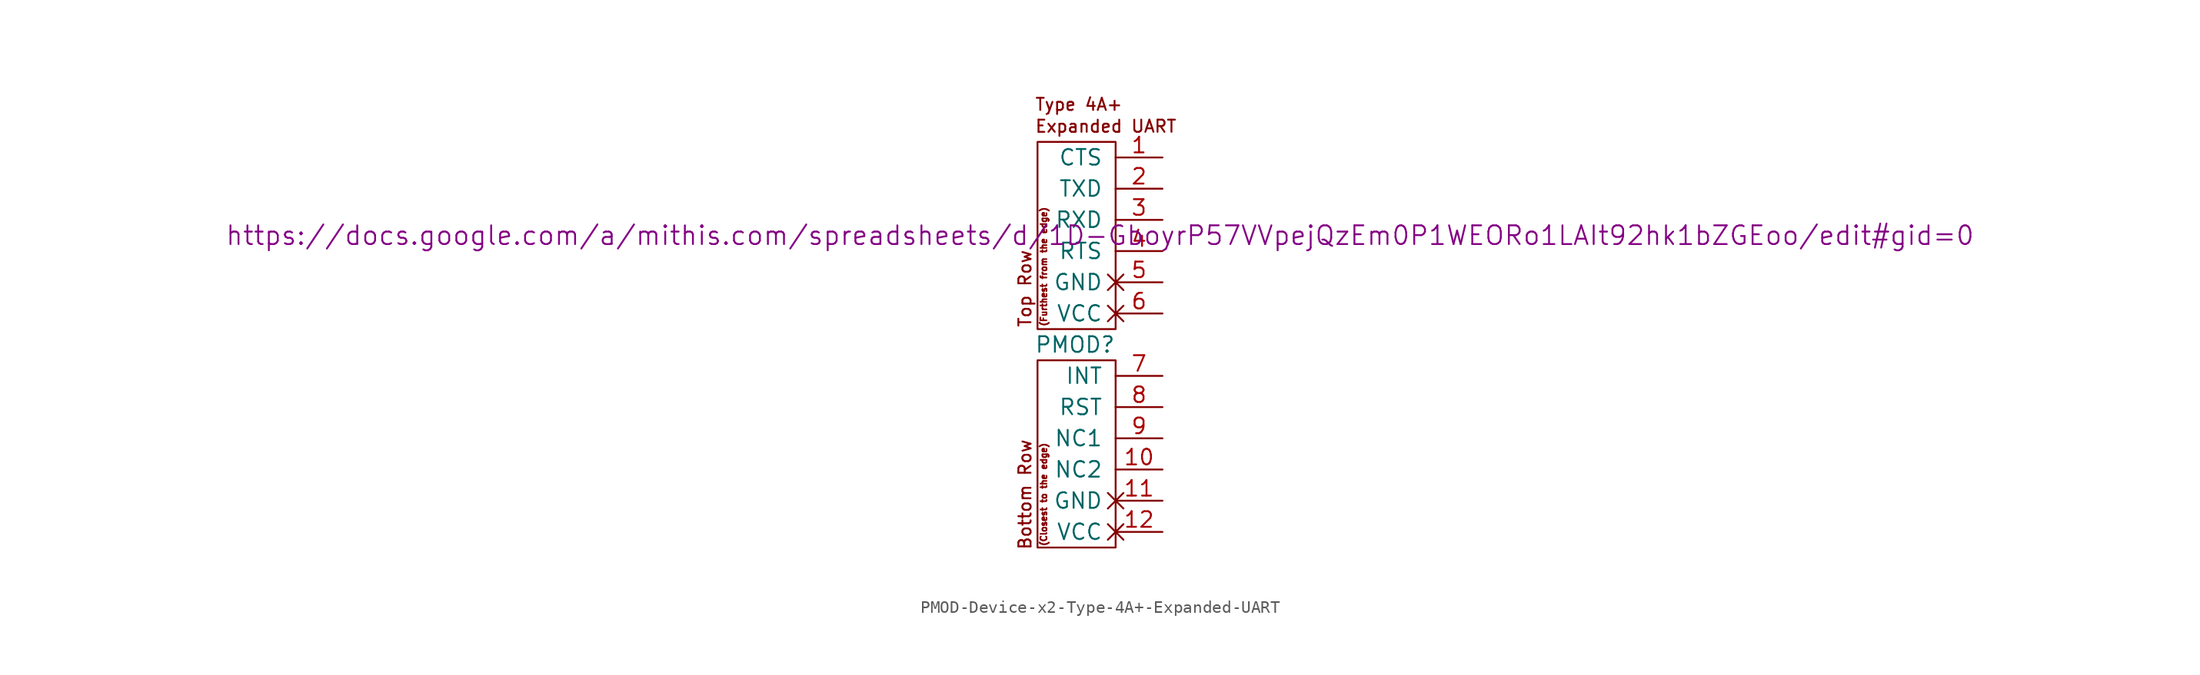
<source format=kicad_sym>
(kicad_symbol_lib
  (version 20211014)
  (generator kicad_symbol_editor)
  (symbol "PMOD-Device-x2-Type-4A+-Expanded-UART"
    (pin_names
      (offset 1.016))
    (property "Reference" "PMOD"
      (at -3.302 -1.27 0)
      (effects (font (size 1.27 1.27))))
    (property "Datasheet" "https://docs.google.com/a/mithis.com/spreadsheets/d/1D-GboyrP57VVpejQzEm0P1WEORo1LAIt92hk1bZGEoo/edit#gid=0"
      (at -1.27 7.62 0)
      (effects (font (size 1.524 1.524))))
    (symbol "PMOD-Device-x2-Type-4A+-Expanded-UART_0_0"
      (text "(Closest to the edge)" (at -5.842 -13.462 900) (effects (font (size 0.508 0.508))))
      (text "(Furthest from the edge)" (at -5.842 5.08 900) (effects (font (size 0.508 0.508))))
      (text "Bottom Row" (at -7.366 -13.462 900) (effects (font (size 0.991 0.991))))
      (text "Expanded UART" (at -6.604 16.51 0) (effects (font (size 0.991 0.991)) (justify left)))
      (text "Top Row" (at -7.366 3.302 900) (effects (font (size 0.991 0.991))))
      (text "Type 4A+" (at -6.604 18.288 0) (effects (font (size 0.991 0.991)) (justify left))))
    (symbol "PMOD-Device-x2-Type-4A+-Expanded-UART_0_1"
      (rectangle (start -6.35 -2.54) (end 0 -17.78) (stroke (width 0) (type default) (color 0 0 0 0)) (fill (type none)))
      (rectangle (start 0 15.24) (end -6.35 0) (stroke (width 0) (type default) (color 0 0 0 0)) (fill (type none))))
    (symbol "PMOD-Device-x2-Type-4A+-Expanded-UART_1_1"
      (pin input line (at 3.81 13.97 180) (length 3.81) (name "CTS" (effects (font (size 1.27 1.27)))) (number "1" (effects (font (size 1.27 1.27)))))
      (pin bidirectional line (at 3.81 -11.43 180) (length 3.81) (name "NC2" (effects (font (size 1.27 1.27)))) (number "10" (effects (font (size 1.27 1.27)))))
      (pin power_out non_logic (at 3.81 -13.97 180) (length 3.81) (name "GND" (effects (font (size 1.27 1.27)))) (number "11" (effects (font (size 1.27 1.27)))))
      (pin power_out non_logic (at 3.81 -16.51 180) (length 3.81) (name "VCC" (effects (font (size 1.27 1.27)))) (number "12" (effects (font (size 1.27 1.27)))))
      (pin output line (at 3.81 11.43 180) (length 3.81) (name "TXD" (effects (font (size 1.27 1.27)))) (number "2" (effects (font (size 1.27 1.27)))))
      (pin input line (at 3.81 8.89 180) (length 3.81) (name "RXD" (effects (font (size 1.27 1.27)))) (number "3" (effects (font (size 1.27 1.27)))))
      (pin output line (at 3.81 6.35 180) (length 3.81) (name "RTS" (effects (font (size 1.27 1.27)))) (number "4" (effects (font (size 1.27 1.27)))))
      (pin power_out non_logic (at 3.81 3.81 180) (length 3.81) (name "GND" (effects (font (size 1.27 1.27)))) (number "5" (effects (font (size 1.27 1.27)))))
      (pin power_out non_logic (at 3.81 1.27 180) (length 3.81) (name "VCC" (effects (font (size 1.27 1.27)))) (number "6" (effects (font (size 1.27 1.27)))))
      (pin input line (at 3.81 -3.81 180) (length 3.81) (name "INT" (effects (font (size 1.27 1.27)))) (number "7" (effects (font (size 1.27 1.27)))))
      (pin output line (at 3.81 -6.35 180) (length 3.81) (name "RST" (effects (font (size 1.27 1.27)))) (number "8" (effects (font (size 1.27 1.27)))))
      (pin bidirectional line (at 3.81 -8.89 180) (length 3.81) (name "NC1" (effects (font (size 1.27 1.27)))) (number "9" (effects (font (size 1.27 1.27))))))))
</source>
